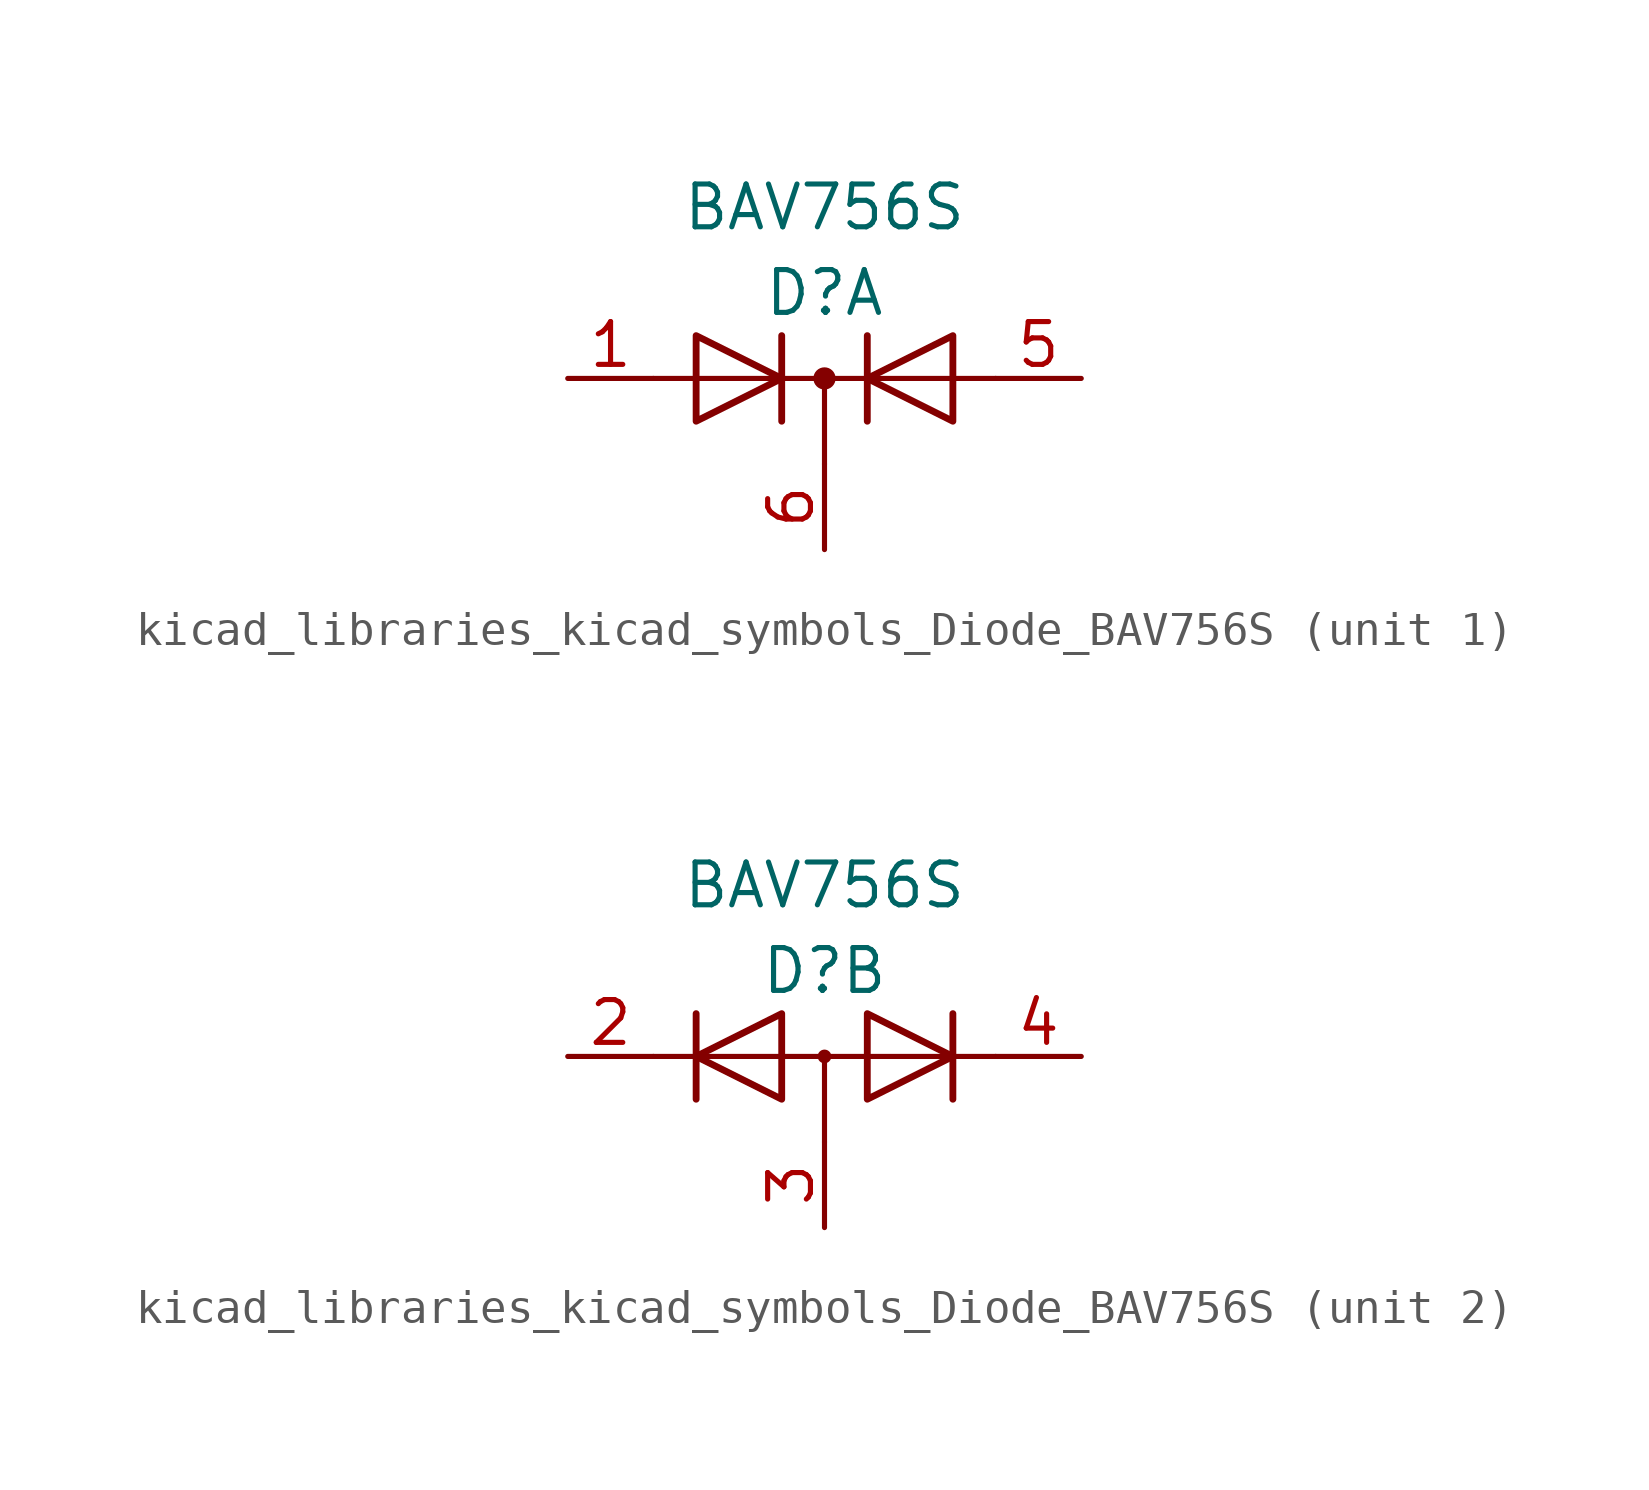
<source format=kicad_sym>
(kicad_symbol_lib
  (version 20220914)
  (generator kicad_symbol_editor)
  (symbol "kicad_libraries_kicad_symbols_Diode_BAV756S"
    (pin_names
      (offset 0.025) hide)
    (property "Reference" "D"
      (at 0 2.54 0)
      (effects (font (size 1.27 1.27))))
    (property "Value" "BAV756S"
      (at 0 5.08 0)
      (effects (font (size 1.27 1.27))))
    (property "ki_locked" ""
      (at 0 0 0)
      (effects (font (size 1.27 1.27))))
    (symbol "kicad_libraries_kicad_symbols_Diode_BAV756S_1_1"
      (polyline (pts (xy -5.08 0) (xy 5.08 0)) (stroke (width 0) (type default)) (fill (type none)))
      (polyline (pts (xy 0 0) (xy 0 -2.54)) (stroke (width 0) (type default)) (fill (type none)))
      (polyline (pts (xy -1.27 -1.27) (xy -1.27 1.27) (xy -1.27 1.27)) (stroke (width 0.203) (type default)) (fill (type none)))
      (polyline (pts (xy 1.27 -1.27) (xy 1.27 1.27) (xy 1.27 1.27)) (stroke (width 0.203) (type default)) (fill (type none)))
      (polyline (pts (xy -3.81 1.27) (xy -1.27 0) (xy -3.81 -1.27) (xy -3.81 1.27) (xy -3.81 1.27) (xy -3.81 1.27)) (stroke (width 0.203) (type default)) (fill (type none)))
      (polyline (pts (xy 3.81 -1.27) (xy 1.27 0) (xy 3.81 1.27) (xy 3.81 -1.27) (xy 3.81 -1.27) (xy 3.81 -1.27)) (stroke (width 0.203) (type default)) (fill (type none)))
      (circle (center 0 0) (radius 0.254) (stroke (width 0) (type default)) (fill (type outline)))
      (pin passive line (at -7.62 0 0) (length 2.54) (name "A1" (effects (font (size 1.27 1.27)))) (number "1" (effects (font (size 1.27 1.27)))))
      (pin passive line (at 7.62 0 180) (length 2.54) (name "A4" (effects (font (size 1.27 1.27)))) (number "5" (effects (font (size 1.27 1.27)))))
      (pin passive line (at 0 -5.08 90) (length 2.54) (name "CK" (effects (font (size 1.27 1.27)))) (number "6" (effects (font (size 1.27 1.27))))))
    (symbol "kicad_libraries_kicad_symbols_Diode_BAV756S_2_1"
      (polyline (pts (xy -5.08 0) (xy 5.08 0)) (stroke (width 0) (type default)) (fill (type none)))
      (polyline (pts (xy 0 0) (xy 0 -2.54)) (stroke (width 0) (type default)) (fill (type none)))
      (polyline (pts (xy -3.81 1.27) (xy -3.81 -1.27) (xy -3.81 -1.27)) (stroke (width 0.203) (type default)) (fill (type none)))
      (polyline (pts (xy 3.81 1.27) (xy 3.81 -1.27) (xy 3.81 -1.27)) (stroke (width 0.203) (type default)) (fill (type none)))
      (polyline (pts (xy -1.27 -1.27) (xy -3.81 0) (xy -1.27 1.27) (xy -1.27 -1.27) (xy -1.27 -1.27) (xy -1.27 -1.27)) (stroke (width 0.203) (type default)) (fill (type none)))
      (polyline (pts (xy 1.27 1.27) (xy 3.81 0) (xy 1.27 -1.27) (xy 1.27 1.27) (xy 1.27 1.27) (xy 1.27 1.27)) (stroke (width 0.203) (type default)) (fill (type none)))
      (circle (center 0 0) (radius 0.127) (stroke (width 0) (type default)) (fill (type none)))
      (pin passive line (at -7.62 0 0) (length 2.54) (name "K2" (effects (font (size 1.27 1.27)))) (number "2" (effects (font (size 1.27 1.27)))))
      (pin passive line (at 0 -5.08 90) (length 2.54) (name "CA" (effects (font (size 1.27 1.27)))) (number "3" (effects (font (size 1.27 1.27)))))
      (pin passive line (at 7.62 0 180) (length 2.54) (name "K3" (effects (font (size 1.27 1.27)))) (number "4" (effects (font (size 1.27 1.27))))))))
</source>
